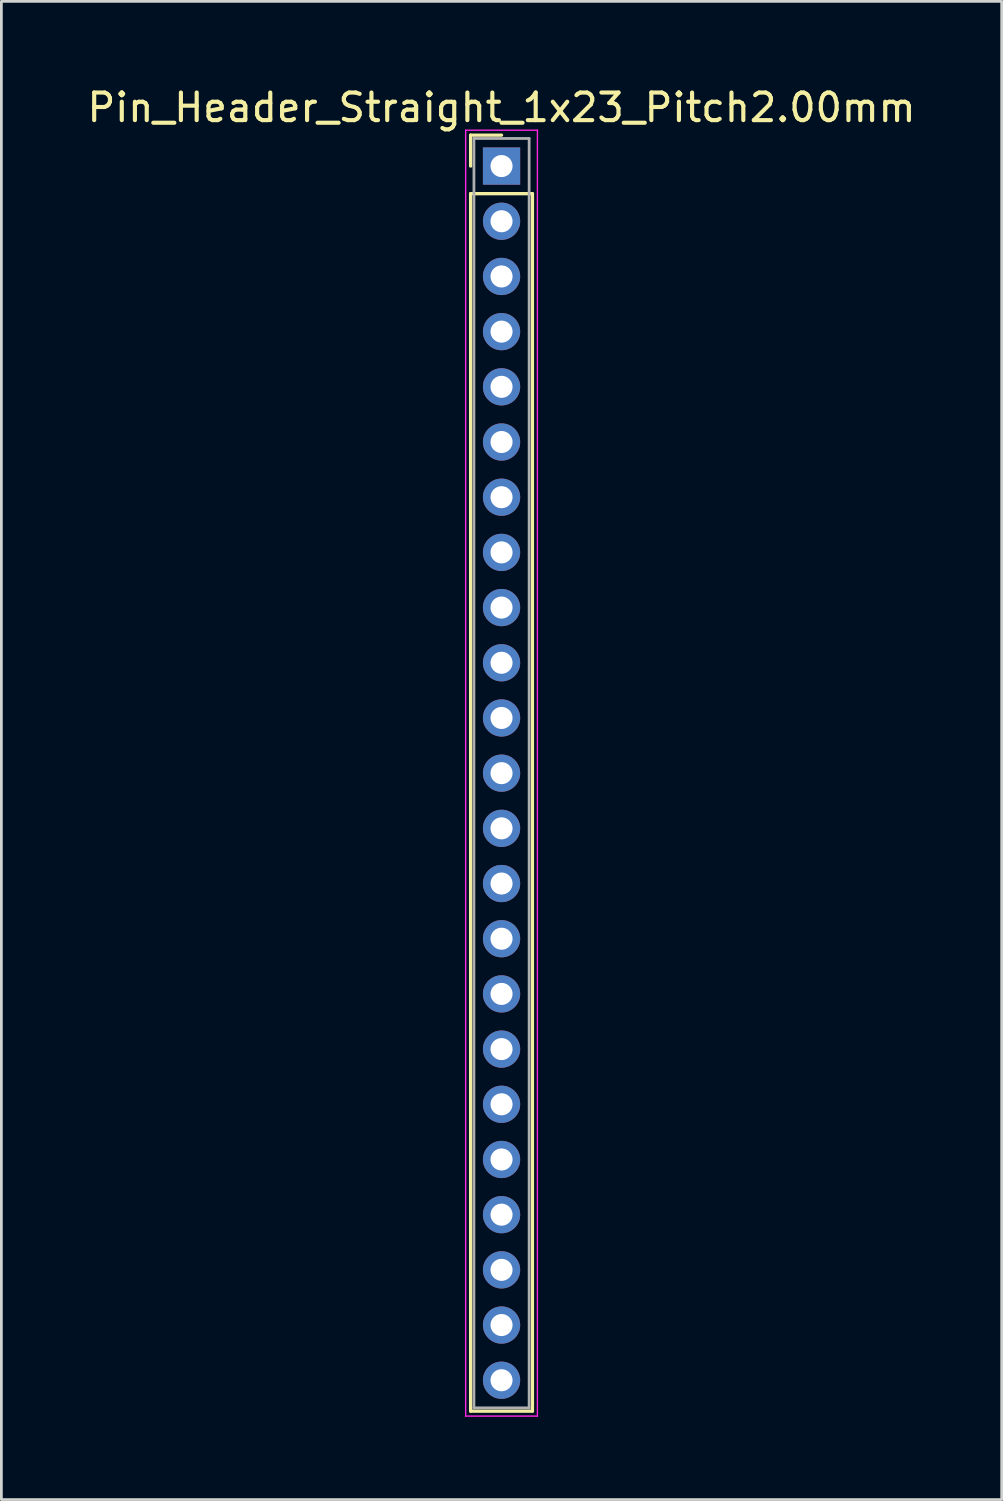
<source format=kicad_pcb>
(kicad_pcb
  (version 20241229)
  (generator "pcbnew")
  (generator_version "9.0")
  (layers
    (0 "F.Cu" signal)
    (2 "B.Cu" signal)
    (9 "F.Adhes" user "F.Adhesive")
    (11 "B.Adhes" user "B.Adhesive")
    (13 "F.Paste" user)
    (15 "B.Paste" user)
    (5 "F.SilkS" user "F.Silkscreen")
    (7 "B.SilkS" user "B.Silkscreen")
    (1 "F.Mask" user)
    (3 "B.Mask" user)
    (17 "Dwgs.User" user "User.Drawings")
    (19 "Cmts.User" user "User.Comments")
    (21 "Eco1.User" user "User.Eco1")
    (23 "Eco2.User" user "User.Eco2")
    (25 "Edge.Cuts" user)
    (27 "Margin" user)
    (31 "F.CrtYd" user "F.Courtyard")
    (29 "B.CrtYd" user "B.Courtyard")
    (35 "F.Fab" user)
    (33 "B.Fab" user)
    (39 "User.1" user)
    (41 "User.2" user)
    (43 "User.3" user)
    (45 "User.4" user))
  (footprint "Pin_Header_Straight_1x23_Pitch2.00mm"
    (layer "F.Cu")
    (at 15.125 2.968)
    (property "Reference" "Pin_Header_Straight_1x23_Pitch2.00mm" (at 0 -2.12 0) (layer "F.SilkS") (effects (font (size 1 1) (thickness 0.15))))
    (attr through_hole)
    (fp_line (start -1.12 -1.12) (end 0 -1.12) (stroke (width 0.12) (type solid)) (layer "F.SilkS"))
    (fp_line (start -1.12 0) (end -1.12 -1.12) (stroke (width 0.12) (type solid)) (layer "F.SilkS"))
    (fp_line (start -1.12 1) (end -1.12 45.12) (stroke (width 0.12) (type solid)) (layer "F.SilkS"))
    (fp_line (start -1.12 45.12) (end 1.12 45.12) (stroke (width 0.12) (type solid)) (layer "F.SilkS"))
    (fp_line (start 1.12 1) (end -1.12 1) (stroke (width 0.12) (type solid)) (layer "F.SilkS"))
    (fp_line (start 1.12 45.12) (end 1.12 1) (stroke (width 0.12) (type solid)) (layer "F.SilkS"))
    (fp_line (start -1.3 -1.3) (end -1.3 45.3) (stroke (width 0.05) (type solid)) (layer "F.CrtYd"))
    (fp_line (start -1.3 45.3) (end 1.3 45.3) (stroke (width 0.05) (type solid)) (layer "F.CrtYd"))
    (fp_line (start 1.3 -1.3) (end -1.3 -1.3) (stroke (width 0.05) (type solid)) (layer "F.CrtYd"))
    (fp_line (start 1.3 45.3) (end 1.3 -1.3) (stroke (width 0.05) (type solid)) (layer "F.CrtYd"))
    (fp_line (start -1 -1) (end -1 45) (stroke (width 0.1) (type solid)) (layer "F.Fab"))
    (fp_line (start -1 45) (end 1 45) (stroke (width 0.1) (type solid)) (layer "F.Fab"))
    (fp_line (start 1 -1) (end -1 -1) (stroke (width 0.1) (type solid)) (layer "F.Fab"))
    (fp_line (start 1 45) (end 1 -1) (stroke (width 0.1) (type solid)) (layer "F.Fab"))
    (pad "1" thru_hole rect (at 0 0) (size 1.35 1.35) (drill 0.8) (layers "*.Cu" "*.Mask"))
    (pad "2" thru_hole oval (at 0 2) (size 1.35 1.35) (drill 0.8) (layers "*.Cu" "*.Mask"))
    (pad "3" thru_hole oval (at 0 4) (size 1.35 1.35) (drill 0.8) (layers "*.Cu" "*.Mask"))
    (pad "4" thru_hole oval (at 0 6) (size 1.35 1.35) (drill 0.8) (layers "*.Cu" "*.Mask"))
    (pad "5" thru_hole oval (at 0 8) (size 1.35 1.35) (drill 0.8) (layers "*.Cu" "*.Mask"))
    (pad "6" thru_hole oval (at 0 10) (size 1.35 1.35) (drill 0.8) (layers "*.Cu" "*.Mask"))
    (pad "7" thru_hole oval (at 0 12) (size 1.35 1.35) (drill 0.8) (layers "*.Cu" "*.Mask"))
    (pad "8" thru_hole oval (at 0 14) (size 1.35 1.35) (drill 0.8) (layers "*.Cu" "*.Mask"))
    (pad "9" thru_hole oval (at 0 16) (size 1.35 1.35) (drill 0.8) (layers "*.Cu" "*.Mask"))
    (pad "10" thru_hole oval (at 0 18) (size 1.35 1.35) (drill 0.8) (layers "*.Cu" "*.Mask"))
    (pad "11" thru_hole oval (at 0 20) (size 1.35 1.35) (drill 0.8) (layers "*.Cu" "*.Mask"))
    (pad "12" thru_hole oval (at 0 22) (size 1.35 1.35) (drill 0.8) (layers "*.Cu" "*.Mask"))
    (pad "13" thru_hole oval (at 0 24) (size 1.35 1.35) (drill 0.8) (layers "*.Cu" "*.Mask"))
    (pad "14" thru_hole oval (at 0 26) (size 1.35 1.35) (drill 0.8) (layers "*.Cu" "*.Mask"))
    (pad "15" thru_hole oval (at 0 28) (size 1.35 1.35) (drill 0.8) (layers "*.Cu" "*.Mask"))
    (pad "16" thru_hole oval (at 0 30) (size 1.35 1.35) (drill 0.8) (layers "*.Cu" "*.Mask"))
    (pad "17" thru_hole oval (at 0 32) (size 1.35 1.35) (drill 0.8) (layers "*.Cu" "*.Mask"))
    (pad "18" thru_hole oval (at 0 34) (size 1.35 1.35) (drill 0.8) (layers "*.Cu" "*.Mask"))
    (pad "19" thru_hole oval (at 0 36) (size 1.35 1.35) (drill 0.8) (layers "*.Cu" "*.Mask"))
    (pad "20" thru_hole oval (at 0 38) (size 1.35 1.35) (drill 0.8) (layers "*.Cu" "*.Mask"))
    (pad "21" thru_hole oval (at 0 40) (size 1.35 1.35) (drill 0.8) (layers "*.Cu" "*.Mask"))
    (pad "22" thru_hole oval (at 0 42) (size 1.35 1.35) (drill 0.8) (layers "*.Cu" "*.Mask"))
    (pad "23" thru_hole oval (at 0 44) (size 1.35 1.35) (drill 0.8) (layers "*.Cu" "*.Mask")))
  (gr_rect
    (start -3 -3)
    (end 33.25 51.293)
    (stroke (width 0.1) (type default))
    (fill no)
    (layer "Edge.Cuts")))
</source>
